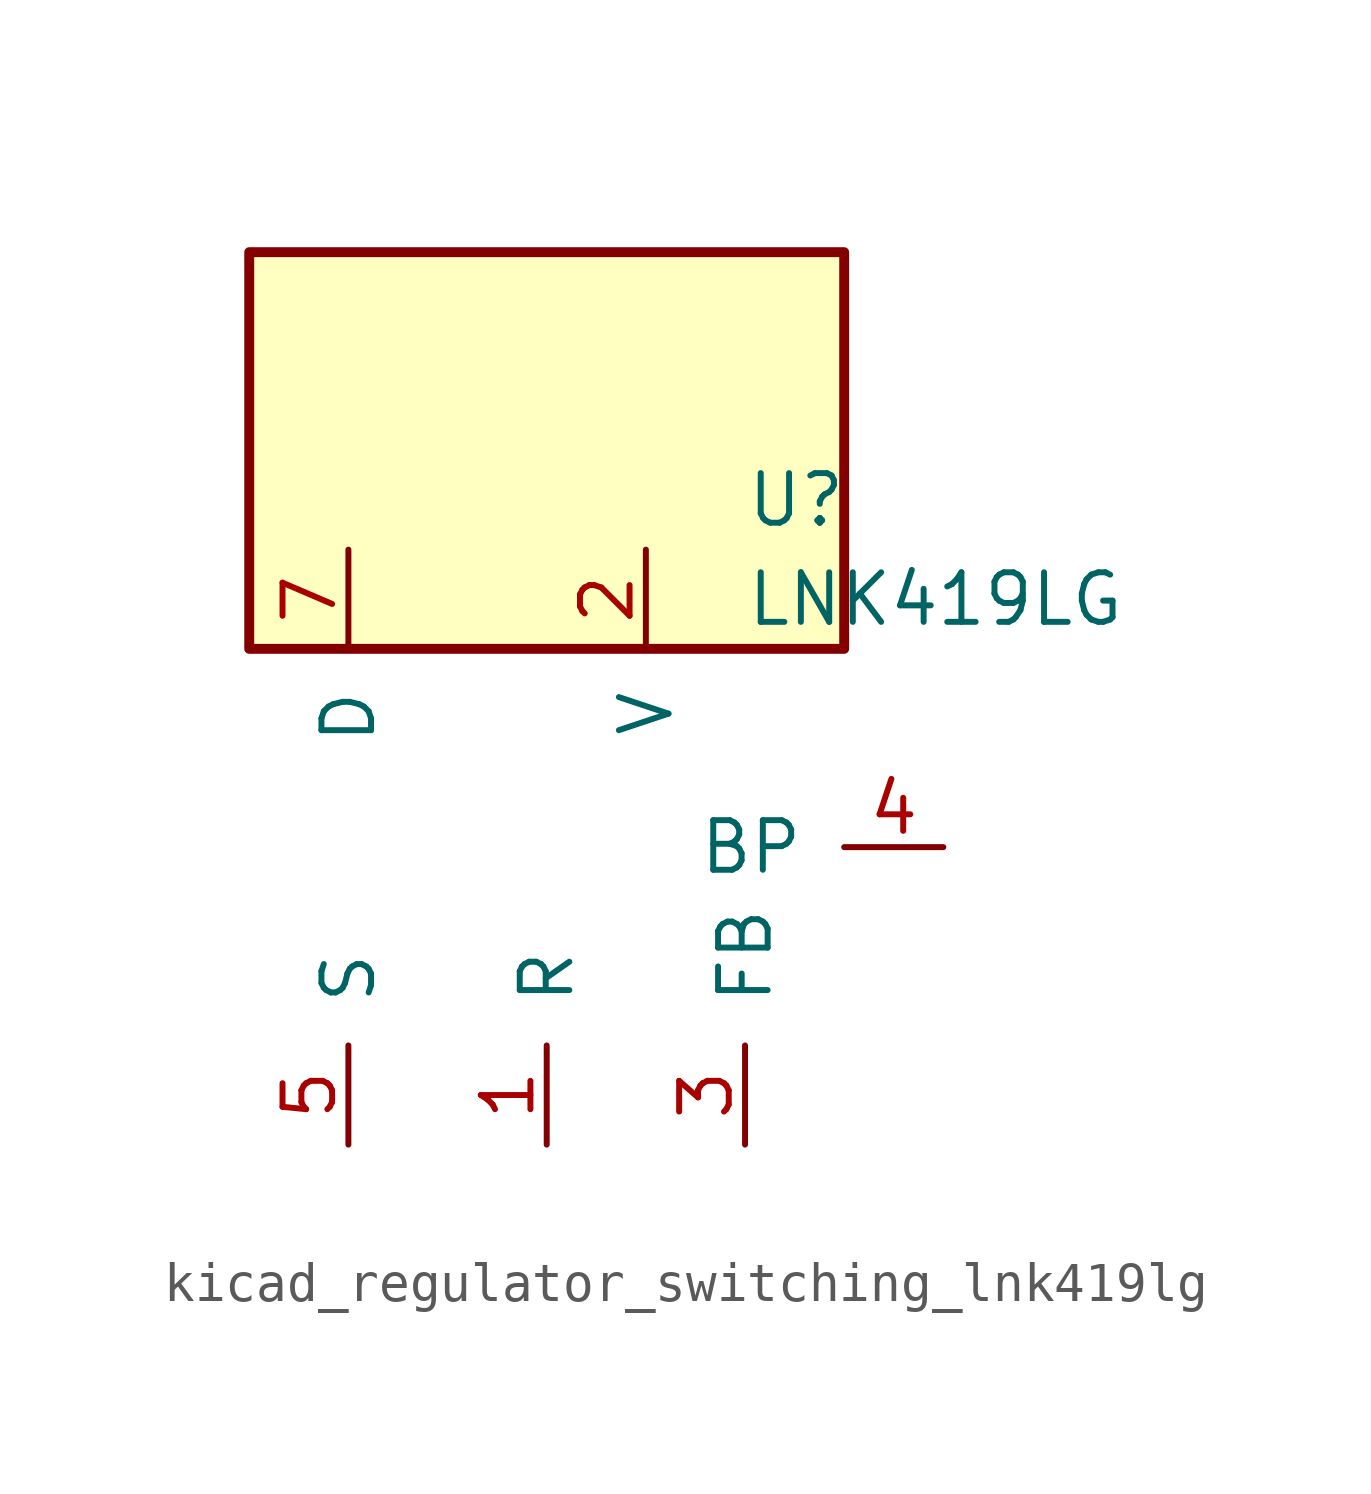
<source format=kicad_sym>
(kicad_symbol_lib
  (version 20220914)
  (generator kicad_symbol_editor)
  (symbol "kicad_regulator_switching_lnk419lg"
    (pin_names
      (offset 1.016))
    (property "Reference" "U"
      (at 5.08 8.89 0)
      (effects (font (size 1.27 1.27)) (justify left)))
    (property "Value" "LNK419LG"
      (at 5.08 6.35 0)
      (effects (font (size 1.27 1.27)) (justify left)))
    (symbol "kicad_regulator_switching_lnk419lg_0_1"
      (rectangle (start 7.62 15.24) (end -7.62 5.08) (stroke (width 0.254) (type default)) (fill (type background))))
    (symbol "kicad_regulator_switching_lnk419lg_1_1"
      (pin input line (at 0 -7.62 90) (length 2.54) (name "R" (effects (font (size 1.27 1.27)))) (number "1" (effects (font (size 1.27 1.27)))))
      (pin input line (at 2.54 7.62 270) (length 2.54) (name "V" (effects (font (size 1.27 1.27)))) (number "2" (effects (font (size 1.27 1.27)))))
      (pin input line (at 5.08 -7.62 90) (length 2.54) (name "FB" (effects (font (size 1.27 1.27)))) (number "3" (effects (font (size 1.27 1.27)))))
      (pin input line (at 10.16 0 180) (length 2.54) (name "BP" (effects (font (size 1.27 1.27)))) (number "4" (effects (font (size 1.27 1.27)))))
      (pin power_in line (at -5.08 -7.62 90) (length 2.54) (name "S" (effects (font (size 1.27 1.27)))) (number "5" (effects (font (size 1.27 1.27)))))
      (pin open_collector line (at -5.08 7.62 270) (length 2.54) (name "D" (effects (font (size 1.27 1.27)))) (number "7" (effects (font (size 1.27 1.27))))))))
</source>
